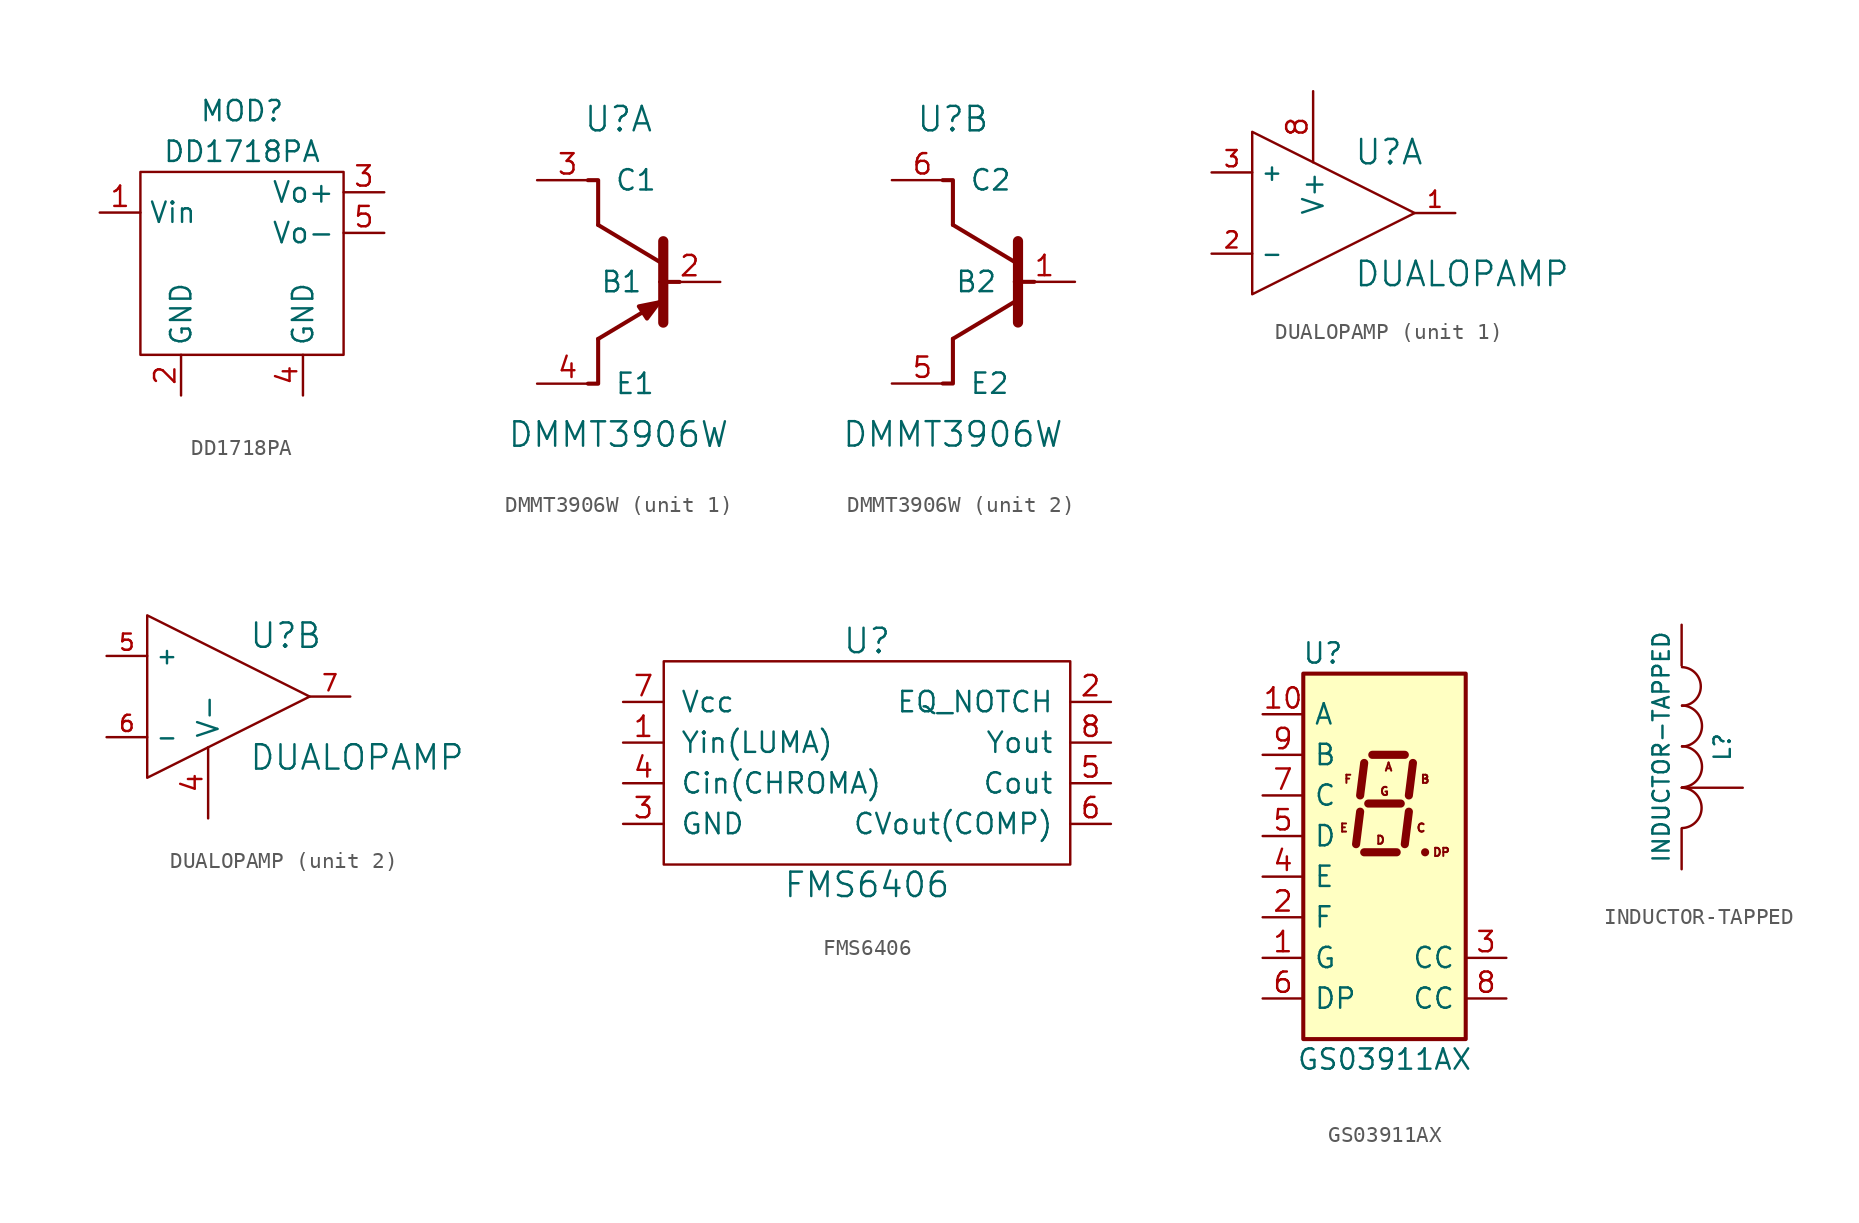
<source format=kicad_sym>
(kicad_symbol_lib
  (version 20211014)
  (generator kicad_symbol_editor)
  (symbol "DD1718PA"
    (property "Reference" "MOD"
      (at 0 10.16 0)
      (effects (font (size 1.27 1.27))))
    (property "Value" "DD1718PA"
      (at 0 7.62 0)
      (effects (font (size 1.27 1.27))))
    (symbol "DD1718PA_0_1"
      (rectangle (start -6.35 6.35) (end 6.35 -5.08) (stroke (width 0.152) (type default) (color 0 0 0 0)) (fill (type none))))
    (symbol "DD1718PA_1_1"
      (pin power_in line (at -8.89 3.81 0) (length 2.54) (name "Vin" (effects (font (size 1.27 1.27)))) (number "1" (effects (font (size 1.27 1.27)))))
      (pin input line (at -3.81 -7.62 90) (length 2.54) (name "GND" (effects (font (size 1.27 1.27)))) (number "2" (effects (font (size 1.27 1.27)))))
      (pin power_out line (at 8.89 5.08 180) (length 2.54) (name "Vo+" (effects (font (size 1.27 1.27)))) (number "3" (effects (font (size 1.27 1.27)))))
      (pin input line (at 3.81 -7.62 90) (length 2.54) (name "GND" (effects (font (size 1.27 1.27)))) (number "4" (effects (font (size 1.27 1.27)))))
      (pin power_out line (at 8.89 2.54 180) (length 2.54) (name "Vo-" (effects (font (size 1.27 1.27)))) (number "5" (effects (font (size 1.27 1.27)))))))
  (symbol "DMMT3906W"
    (pin_names
      (offset 1.016))
    (property "Reference" "U"
      (at 0 10.16 0)
      (effects (font (size 1.524 1.524))))
    (property "Value" "DMMT3906W"
      (at 0 -9.525 0)
      (effects (font (size 1.524 1.524))))
    (property "Footprint" ""
      (at 0 0 0)
      (effects (font (size 1.524 1.524))))
    (property "Datasheet" ""
      (at 0 0 0)
      (effects (font (size 1.524 1.524))))
    (symbol "DMMT3906W_1_1"
      (polyline (pts (xy 2.54 -1.27) (xy -1.27 -3.556)) (stroke (width 0.254) (type default) (color 0 0 0 0)) (fill (type none)))
      (polyline (pts (xy 2.54 1.27) (xy -1.27 3.556)) (stroke (width 0.254) (type default) (color 0 0 0 0)) (fill (type none)))
      (polyline (pts (xy 2.794 2.54) (xy 2.794 -2.54)) (stroke (width 0.635) (type default) (color 0 0 0 0)) (fill (type none)))
      (polyline (pts (xy 3.81 0) (xy 2.794 0)) (stroke (width 0.254) (type default) (color 0 0 0 0)) (fill (type none)))
      (polyline (pts (xy -1.27 -3.556) (xy -1.27 -6.35) (xy -1.905 -6.35)) (stroke (width 0.254) (type default) (color 0 0 0 0)) (fill (type none)))
      (polyline (pts (xy -1.27 3.556) (xy -1.27 6.35) (xy -1.905 6.35)) (stroke (width 0.254) (type default) (color 0 0 0 0)) (fill (type none)))
      (polyline (pts (xy 2.54 -1.27) (xy 1.778 -2.286) (xy 1.27 -1.524) (xy 2.54 -1.27)) (stroke (width 0.254) (type default) (color 0 0 0 0)) (fill (type outline)))
      (pin input line (at 6.35 0 180) (length 3.81) (name "B1" (effects (font (size 1.27 1.27)))) (number "2" (effects (font (size 1.27 1.27)))))
      (pin input line (at -5.08 6.35 0) (length 3.81) (name "C1" (effects (font (size 1.27 1.27)))) (number "3" (effects (font (size 1.27 1.27)))))
      (pin input line (at -5.08 -6.35 0) (length 3.81) (name "E1" (effects (font (size 1.27 1.27)))) (number "4" (effects (font (size 1.27 1.27))))))
    (symbol "DMMT3906W_2_1"
      (polyline (pts (xy 0 -3.556) (xy 3.81 -1.27)) (stroke (width 0.254) (type default) (color 0 0 0 0)) (fill (type none)))
      (polyline (pts (xy 3.81 1.27) (xy 0 3.556)) (stroke (width 0.254) (type default) (color 0 0 0 0)) (fill (type none)))
      (polyline (pts (xy 4.064 2.54) (xy 4.064 -2.54)) (stroke (width 0.635) (type default) (color 0 0 0 0)) (fill (type none)))
      (polyline (pts (xy 5.08 0) (xy 4.064 0)) (stroke (width 0.254) (type default) (color 0 0 0 0)) (fill (type none)))
      (polyline (pts (xy 0 -3.556) (xy 0 -6.35) (xy -0.635 -6.35)) (stroke (width 0.254) (type default) (color 0 0 0 0)) (fill (type none)))
      (polyline (pts (xy 0 3.556) (xy 0 6.35) (xy -0.635 6.35)) (stroke (width 0.254) (type default) (color 0 0 0 0)) (fill (type none)))
      (pin input line (at 7.62 0 180) (length 3.81) (name "B2" (effects (font (size 1.27 1.27)))) (number "1" (effects (font (size 1.27 1.27)))))
      (pin input line (at -3.81 -6.35 0) (length 3.81) (name "E2" (effects (font (size 1.27 1.27)))) (number "5" (effects (font (size 1.27 1.27)))))
      (pin input line (at -3.81 6.35 0) (length 3.81) (name "C2" (effects (font (size 1.27 1.27)))) (number "6" (effects (font (size 1.27 1.27)))))))
  (symbol "DUALOPAMP"
    (property "Reference" "U"
      (at 1.27 3.81 0)
      (effects (font (size 1.524 1.524)) (justify left)))
    (property "Value" "DUALOPAMP"
      (at 1.27 -3.81 0)
      (effects (font (size 1.524 1.524)) (justify left)))
    (property "Footprint" ""
      (at 0 0 0)
      (effects (font (size 1.524 1.524))))
    (property "Datasheet" ""
      (at 0 0 0)
      (effects (font (size 1.524 1.524))))
    (symbol "DUALOPAMP_0_1"
      (polyline (pts (xy -5.08 5.08) (xy 5.08 0) (xy -5.08 -5.08) (xy -5.08 5.08)) (stroke (width 0.152) (type default) (color 0 0 0 0)) (fill (type none))))
    (symbol "DUALOPAMP_1_1"
      (pin output line (at 7.62 0 180) (length 2.54) (name "~" (effects (font (size 1.016 1.016)))) (number "1" (effects (font (size 1.016 1.016)))))
      (pin input line (at -7.62 -2.54 0) (length 2.54) (name "-" (effects (font (size 1.016 1.016)))) (number "2" (effects (font (size 1.016 1.016)))))
      (pin input line (at -7.62 2.54 0) (length 2.54) (name "+" (effects (font (size 1.016 1.016)))) (number "3" (effects (font (size 1.016 1.016)))))
      (pin input line (at -1.27 7.62 270) (length 4.445) (name "V+" (effects (font (size 1.27 1.27)))) (number "8" (effects (font (size 1.27 1.27))))))
    (symbol "DUALOPAMP_2_1"
      (pin input line (at -1.27 -7.62 90) (length 4.445) (name "V-" (effects (font (size 1.27 1.27)))) (number "4" (effects (font (size 1.27 1.27)))))
      (pin input line (at -7.62 2.54 0) (length 2.54) (name "+" (effects (font (size 1.016 1.016)))) (number "5" (effects (font (size 1.016 1.016)))))
      (pin input line (at -7.62 -2.54 0) (length 2.54) (name "-" (effects (font (size 1.016 1.016)))) (number "6" (effects (font (size 1.016 1.016)))))
      (pin output line (at 7.62 0 180) (length 2.54) (name "~" (effects (font (size 1.016 1.016)))) (number "7" (effects (font (size 1.016 1.016)))))))
  (symbol "FMS6406"
    (pin_names
      (offset 1.016))
    (property "Reference" "U"
      (at 0 7.62 0)
      (effects (font (size 1.524 1.524))))
    (property "Value" "FMS6406"
      (at 0 -7.62 0)
      (effects (font (size 1.524 1.524))))
    (property "Footprint" ""
      (at 0 2.54 0)
      (effects (font (size 1.524 1.524))))
    (property "Datasheet" ""
      (at 0 2.54 0)
      (effects (font (size 1.524 1.524))))
    (symbol "FMS6406_0_1"
      (rectangle (start 12.7 6.35) (end -12.7 -6.35) (stroke (width 0) (type default) (color 0 0 0 0)) (fill (type none))))
    (symbol "FMS6406_1_1"
      (pin input line (at -15.24 1.27 0) (length 2.54) (name "Yin(LUMA)" (effects (font (size 1.27 1.27)))) (number "1" (effects (font (size 1.27 1.27)))))
      (pin input line (at 15.24 3.81 180) (length 2.54) (name "EQ_NOTCH" (effects (font (size 1.27 1.27)))) (number "2" (effects (font (size 1.27 1.27)))))
      (pin input line (at -15.24 -3.81 0) (length 2.54) (name "GND" (effects (font (size 1.27 1.27)))) (number "3" (effects (font (size 1.27 1.27)))))
      (pin input line (at -15.24 -1.27 0) (length 2.54) (name "Cin(CHROMA)" (effects (font (size 1.27 1.27)))) (number "4" (effects (font (size 1.27 1.27)))))
      (pin input line (at 15.24 -1.27 180) (length 2.54) (name "Cout" (effects (font (size 1.27 1.27)))) (number "5" (effects (font (size 1.27 1.27)))))
      (pin input line (at 15.24 -3.81 180) (length 2.54) (name "CVout(COMP)" (effects (font (size 1.27 1.27)))) (number "6" (effects (font (size 1.27 1.27)))))
      (pin input line (at -15.24 3.81 0) (length 2.54) (name "Vcc" (effects (font (size 1.27 1.27)))) (number "7" (effects (font (size 1.27 1.27)))))
      (pin input line (at 15.24 1.27 180) (length 2.54) (name "Yout" (effects (font (size 1.27 1.27)))) (number "8" (effects (font (size 1.27 1.27)))))))
  (symbol "GS03911AX"
    (pin_names
      (offset 0.635))
    (property "Reference" "U"
      (at -2.54 13.97 0)
      (effects (font (size 1.27 1.27)) (justify right)))
    (property "Value" "GS03911AX"
      (at 0 -11.43 0)
      (effects (font (size 1.27 1.27))))
    (symbol "GS03911AX_0_0"
      (text "A" (at 0.254 6.858 0) (effects (font (size 0.508 0.508))))
      (text "B" (at 2.54 6.096 0) (effects (font (size 0.508 0.508))))
      (text "C" (at 2.286 3.048 0) (effects (font (size 0.508 0.508))))
      (text "D" (at -0.254 2.286 0) (effects (font (size 0.508 0.508))))
      (text "DP" (at 3.556 1.524 0) (effects (font (size 0.508 0.508))))
      (text "E" (at -2.54 3.048 0) (effects (font (size 0.508 0.508))))
      (text "F" (at -2.286 6.096 0) (effects (font (size 0.508 0.508))))
      (text "G" (at 0 5.334 0) (effects (font (size 0.508 0.508)))))
    (symbol "GS03911AX_0_1"
      (rectangle (start -5.08 12.7) (end 5.08 -10.16) (stroke (width 0.254) (type default) (color 0 0 0 0)) (fill (type background)))
      (polyline (pts (xy -1.524 4.064) (xy -1.778 2.032)) (stroke (width 0.508) (type default) (color 0 0 0 0)) (fill (type none)))
      (polyline (pts (xy -1.27 1.524) (xy 0.762 1.524)) (stroke (width 0.508) (type default) (color 0 0 0 0)) (fill (type none)))
      (polyline (pts (xy -1.27 7.112) (xy -1.524 5.08)) (stroke (width 0.508) (type default) (color 0 0 0 0)) (fill (type none)))
      (polyline (pts (xy -1.016 4.572) (xy 1.016 4.572)) (stroke (width 0.508) (type default) (color 0 0 0 0)) (fill (type none)))
      (polyline (pts (xy -0.762 7.62) (xy 1.27 7.62)) (stroke (width 0.508) (type default) (color 0 0 0 0)) (fill (type none)))
      (polyline (pts (xy 1.524 4.064) (xy 1.27 2.032)) (stroke (width 0.508) (type default) (color 0 0 0 0)) (fill (type none)))
      (polyline (pts (xy 1.778 7.112) (xy 1.524 5.08)) (stroke (width 0.508) (type default) (color 0 0 0 0)) (fill (type none)))
      (polyline (pts (xy 2.54 1.524) (xy 2.54 1.524)) (stroke (width 0.508) (type default) (color 0 0 0 0)) (fill (type none))))
    (symbol "GS03911AX_1_1"
      (pin input line (at -7.62 -5.08 0) (length 2.54) (name "G" (effects (font (size 1.27 1.27)))) (number "1" (effects (font (size 1.27 1.27)))))
      (pin input line (at -7.62 10.16 0) (length 2.54) (name "A" (effects (font (size 1.27 1.27)))) (number "10" (effects (font (size 1.27 1.27)))))
      (pin input line (at -7.62 -2.54 0) (length 2.54) (name "F" (effects (font (size 1.27 1.27)))) (number "2" (effects (font (size 1.27 1.27)))))
      (pin input line (at 7.62 -5.08 180) (length 2.54) (name "CC" (effects (font (size 1.27 1.27)))) (number "3" (effects (font (size 1.27 1.27)))))
      (pin input line (at -7.62 0 0) (length 2.54) (name "E" (effects (font (size 1.27 1.27)))) (number "4" (effects (font (size 1.27 1.27)))))
      (pin input line (at -7.62 2.54 0) (length 2.54) (name "D" (effects (font (size 1.27 1.27)))) (number "5" (effects (font (size 1.27 1.27)))))
      (pin input line (at -7.62 -7.62 0) (length 2.54) (name "DP" (effects (font (size 1.27 1.27)))) (number "6" (effects (font (size 1.27 1.27)))))
      (pin input line (at -7.62 5.08 0) (length 2.54) (name "C" (effects (font (size 1.27 1.27)))) (number "7" (effects (font (size 1.27 1.27)))))
      (pin input line (at 7.62 -7.62 180) (length 2.54) (name "CC" (effects (font (size 1.27 1.27)))) (number "8" (effects (font (size 1.27 1.27)))))
      (pin input line (at -7.62 7.62 0) (length 2.54) (name "B" (effects (font (size 1.27 1.27)))) (number "9" (effects (font (size 1.27 1.27)))))))
  (symbol "INDUCTOR-TAPPED"
    (pin_numbers hide)
    (pin_names
      (offset 1.016) hide)
    (property "Reference" "L"
      (at 2.54 0 90)
      (effects (font (size 1.016 1.016))))
    (property "Value" "INDUCTOR-TAPPED"
      (at -1.27 0 90)
      (effects (font (size 1.016 1.016))))
    (property "Footprint" ""
      (at 0 0 0)
      (effects (font (size 1.524 1.524))))
    (property "Datasheet" ""
      (at 0 0 0)
      (effects (font (size 1.524 1.524))))
    (symbol "INDUCTOR-TAPPED_0_1"
      (arc (start 0.0254 -5.0546) (mid 1.2449 -3.8097) (end 0.0254 -2.54) (stroke (width 0) (type default) (color 0 0 0 0)) (fill (type none)))
      (arc (start 0.0254 -2.5146) (mid 1.2703 -1.2444) (end 0.0254 0.0508) (stroke (width 0) (type default) (color 0 0 0 0)) (fill (type none)))
      (arc (start 0.0254 0.0254) (mid 1.2703 1.2956) (end 0.0254 2.5908) (stroke (width 0) (type default) (color 0 0 0 0)) (fill (type none)))
      (arc (start 0.0254 2.5654) (mid 1.1941 3.7595) (end 0.0254 4.9784) (stroke (width 0) (type default) (color 0 0 0 0)) (fill (type none))))
    (symbol "INDUCTOR-TAPPED_1_1"
      (pin passive line (at 0 7.62 270) (length 2.54) (name "1" (effects (font (size 1.778 1.778)))) (number "1" (effects (font (size 1.778 1.778)))))
      (pin passive line (at 0 -7.62 90) (length 2.54) (name "2" (effects (font (size 1.778 1.778)))) (number "2" (effects (font (size 1.778 1.778)))))
      (pin input line (at 3.81 -2.54 180) (length 3.81) (name "Tap" (effects (font (size 1.27 1.27)))) (number "3" (effects (font (size 1.27 1.27))))))))
</source>
